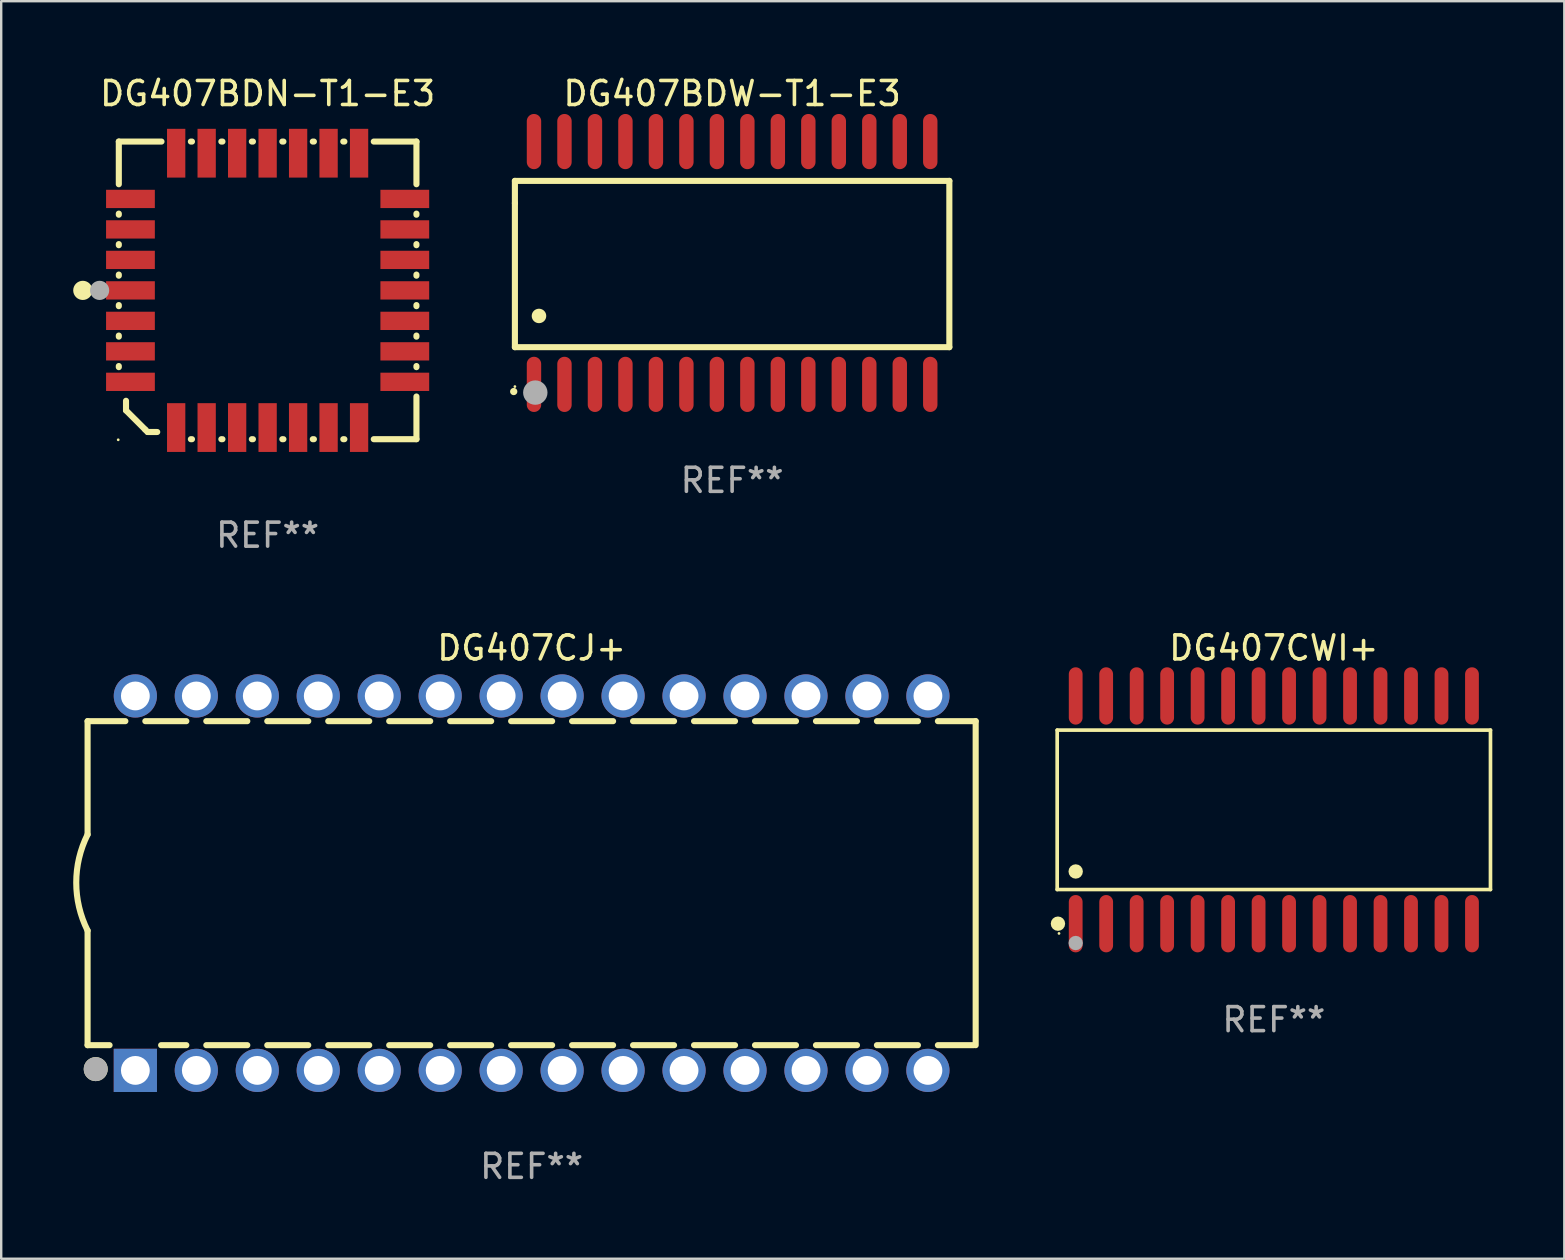
<source format=kicad_pcb>
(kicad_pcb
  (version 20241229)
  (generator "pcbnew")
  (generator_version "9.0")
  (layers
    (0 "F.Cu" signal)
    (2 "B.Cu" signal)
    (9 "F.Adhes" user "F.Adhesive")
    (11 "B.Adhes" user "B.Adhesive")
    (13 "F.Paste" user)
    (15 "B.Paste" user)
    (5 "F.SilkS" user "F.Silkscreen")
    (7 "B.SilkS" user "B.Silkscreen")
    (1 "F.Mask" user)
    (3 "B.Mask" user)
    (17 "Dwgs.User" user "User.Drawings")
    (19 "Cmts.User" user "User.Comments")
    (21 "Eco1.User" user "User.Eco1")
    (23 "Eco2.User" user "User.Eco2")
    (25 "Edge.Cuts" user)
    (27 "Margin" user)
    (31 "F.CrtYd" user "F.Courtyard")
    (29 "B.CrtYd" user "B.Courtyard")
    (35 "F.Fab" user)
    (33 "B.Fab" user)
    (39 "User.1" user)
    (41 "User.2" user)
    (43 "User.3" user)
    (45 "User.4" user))
  (footprint "DG407BDN-T1-E3"
    (layer "F.Cu")
    (at 8.1 9.048)
    (property "Reference" "DG407BDN-T1-E3" (at 0 -8.2 0) (layer "F.SilkS") (effects (font (size 1 1) (thickness 0.15))))
    (attr through_hole)
    (fp_line (start -6.2 -6.2) (end -4.422 -6.2) (stroke (width 0.254) (type solid)) (layer "F.SilkS"))
    (fp_line (start -6.2 -4.422) (end -6.2 -6.2) (stroke (width 0.254) (type solid)) (layer "F.SilkS"))
    (fp_line (start -6.2 -3.152) (end -6.2 -3.198) (stroke (width 0.254) (type solid)) (layer "F.SilkS"))
    (fp_line (start -6.2 -1.882) (end -6.2 -1.928) (stroke (width 0.254) (type solid)) (layer "F.SilkS"))
    (fp_line (start -6.2 -0.612) (end -6.2 -0.658) (stroke (width 0.254) (type solid)) (layer "F.SilkS"))
    (fp_line (start -6.2 0.658) (end -6.2 0.612) (stroke (width 0.254) (type solid)) (layer "F.SilkS"))
    (fp_line (start -6.2 1.928) (end -6.2 1.882) (stroke (width 0.254) (type solid)) (layer "F.SilkS"))
    (fp_line (start -6.2 3.198) (end -6.2 3.152) (stroke (width 0.254) (type solid)) (layer "F.SilkS"))
    (fp_line (start -5.9 4.6) (end -5.9 5) (stroke (width 0.254) (type solid)) (layer "F.SilkS"))
    (fp_line (start -5.9 5) (end -5.1 5.8) (stroke (width 0.254) (type solid)) (layer "F.SilkS"))
    (fp_line (start -5.1 5.8) (end -5 5.9) (stroke (width 0.254) (type solid)) (layer "F.SilkS"))
    (fp_line (start -5 5.9) (end -4.6 5.9) (stroke (width 0.254) (type solid)) (layer "F.SilkS"))
    (fp_line (start -3.198 -6.2) (end -3.152 -6.2) (stroke (width 0.254) (type solid)) (layer "F.SilkS"))
    (fp_line (start -3.152 6.2) (end -3.198 6.2) (stroke (width 0.254) (type solid)) (layer "F.SilkS"))
    (fp_line (start -1.928 -6.2) (end -1.882 -6.2) (stroke (width 0.254) (type solid)) (layer "F.SilkS"))
    (fp_line (start -1.882 6.2) (end -1.928 6.2) (stroke (width 0.254) (type solid)) (layer "F.SilkS"))
    (fp_line (start -0.658 -6.2) (end -0.612 -6.2) (stroke (width 0.254) (type solid)) (layer "F.SilkS"))
    (fp_line (start -0.612 6.2) (end -0.658 6.2) (stroke (width 0.254) (type solid)) (layer "F.SilkS"))
    (fp_line (start 0.612 -6.2) (end 0.658 -6.2) (stroke (width 0.254) (type solid)) (layer "F.SilkS"))
    (fp_line (start 0.658 6.2) (end 0.612 6.2) (stroke (width 0.254) (type solid)) (layer "F.SilkS"))
    (fp_line (start 1.882 -6.2) (end 1.928 -6.2) (stroke (width 0.254) (type solid)) (layer "F.SilkS"))
    (fp_line (start 1.928 6.2) (end 1.882 6.2) (stroke (width 0.254) (type solid)) (layer "F.SilkS"))
    (fp_line (start 3.152 -6.2) (end 3.198 -6.2) (stroke (width 0.254) (type solid)) (layer "F.SilkS"))
    (fp_line (start 3.198 6.2) (end 3.152 6.2) (stroke (width 0.254) (type solid)) (layer "F.SilkS"))
    (fp_line (start 4.422 -6.2) (end 6.2 -6.2) (stroke (width 0.254) (type solid)) (layer "F.SilkS"))
    (fp_line (start 6.2 -6.2) (end 6.2 -4.422) (stroke (width 0.254) (type solid)) (layer "F.SilkS"))
    (fp_line (start 6.2 -3.198) (end 6.2 -3.152) (stroke (width 0.254) (type solid)) (layer "F.SilkS"))
    (fp_line (start 6.2 -1.928) (end 6.2 -1.882) (stroke (width 0.254) (type solid)) (layer "F.SilkS"))
    (fp_line (start 6.2 -0.658) (end 6.2 -0.612) (stroke (width 0.254) (type solid)) (layer "F.SilkS"))
    (fp_line (start 6.2 0.612) (end 6.2 0.658) (stroke (width 0.254) (type solid)) (layer "F.SilkS"))
    (fp_line (start 6.2 1.882) (end 6.2 1.928) (stroke (width 0.254) (type solid)) (layer "F.SilkS"))
    (fp_line (start 6.2 3.152) (end 6.2 3.198) (stroke (width 0.254) (type solid)) (layer "F.SilkS"))
    (fp_line (start 6.2 4.422) (end 6.2 6.2) (stroke (width 0.254) (type solid)) (layer "F.SilkS"))
    (fp_line (start 6.2 6.2) (end 4.422 6.2) (stroke (width 0.254) (type solid)) (layer "F.SilkS"))
    (fp_circle (center -7.7 0) (end -7.5 0) (stroke (width 0.4) (type solid)) (fill no) (layer "F.SilkS"))
    (fp_circle (center -6.225 6.225) (end -6.195 6.225) (stroke (width 0.06) (type solid)) (fill no) (layer "F.SilkS"))
    (fp_circle (center -7 0) (end -6.8 0) (stroke (width 0.4) (type solid)) (fill no) (layer "F.Fab"))
    (fp_text user "REF**" (at 0 10.2 0) (layer "F.Fab") (effects (font (size 1 1) (thickness 0.15))))
    (pad "1" smd rect (at -5.715 0) (size 2.032 0.762) (layers "F.Cu" "F.Mask" "F.Paste"))
    (pad "2" smd rect (at -5.715 1.27) (size 2.032 0.762) (layers "F.Cu" "F.Mask" "F.Paste"))
    (pad "3" smd rect (at -5.715 2.54) (size 2.032 0.762) (layers "F.Cu" "F.Mask" "F.Paste"))
    (pad "4" smd rect (at -5.715 3.81) (size 2.032 0.762) (layers "F.Cu" "F.Mask" "F.Paste"))
    (pad "5" smd rect (at -3.81 5.715) (size 0.762 2.032) (layers "F.Cu" "F.Mask" "F.Paste"))
    (pad "6" smd rect (at -2.54 5.715) (size 0.762 2.032) (layers "F.Cu" "F.Mask" "F.Paste"))
    (pad "7" smd rect (at -1.27 5.715) (size 0.762 2.032) (layers "F.Cu" "F.Mask" "F.Paste"))
    (pad "8" smd rect (at 0 5.715) (size 0.762 2.032) (layers "F.Cu" "F.Mask" "F.Paste"))
    (pad "9" smd rect (at 1.27 5.715) (size 0.762 2.032) (layers "F.Cu" "F.Mask" "F.Paste"))
    (pad "10" smd rect (at 2.54 5.715) (size 0.762 2.032) (layers "F.Cu" "F.Mask" "F.Paste"))
    (pad "11" smd rect (at 3.81 5.715) (size 0.762 2.032) (layers "F.Cu" "F.Mask" "F.Paste"))
    (pad "12" smd rect (at 5.715 3.81) (size 2.032 0.762) (layers "F.Cu" "F.Mask" "F.Paste"))
    (pad "13" smd rect (at 5.715 2.54) (size 2.032 0.762) (layers "F.Cu" "F.Mask" "F.Paste"))
    (pad "14" smd rect (at 5.715 1.27) (size 2.032 0.762) (layers "F.Cu" "F.Mask" "F.Paste"))
    (pad "15" smd rect (at 5.715 0) (size 2.032 0.762) (layers "F.Cu" "F.Mask" "F.Paste"))
    (pad "16" smd rect (at 5.715 -1.27) (size 2.032 0.762) (layers "F.Cu" "F.Mask" "F.Paste"))
    (pad "17" smd rect (at 5.715 -2.54) (size 2.032 0.762) (layers "F.Cu" "F.Mask" "F.Paste"))
    (pad "18" smd rect (at 5.715 -3.81) (size 2.032 0.762) (layers "F.Cu" "F.Mask" "F.Paste"))
    (pad "19" smd rect (at 3.81 -5.715) (size 0.762 2.032) (layers "F.Cu" "F.Mask" "F.Paste"))
    (pad "20" smd rect (at 2.54 -5.715) (size 0.762 2.032) (layers "F.Cu" "F.Mask" "F.Paste"))
    (pad "21" smd rect (at 1.27 -5.715) (size 0.762 2.032) (layers "F.Cu" "F.Mask" "F.Paste"))
    (pad "22" smd rect (at 0 -5.715) (size 0.762 2.032) (layers "F.Cu" "F.Mask" "F.Paste"))
    (pad "23" smd rect (at -1.27 -5.715) (size 0.762 2.032) (layers "F.Cu" "F.Mask" "F.Paste"))
    (pad "24" smd rect (at -2.54 -5.715) (size 0.762 2.032) (layers "F.Cu" "F.Mask" "F.Paste"))
    (pad "25" smd rect (at -3.81 -5.715) (size 0.762 2.032) (layers "F.Cu" "F.Mask" "F.Paste"))
    (pad "26" smd rect (at -5.715 -3.81) (size 2.032 0.762) (layers "F.Cu" "F.Mask" "F.Paste"))
    (pad "27" smd rect (at -5.715 -2.54) (size 2.032 0.762) (layers "F.Cu" "F.Mask" "F.Paste"))
    (pad "28" smd rect (at -5.715 -1.27) (size 2.032 0.762) (layers "F.Cu" "F.Mask" "F.Paste")))
  (footprint "DG407CJ+"
    (layer "F.Cu")
    (at 19.099 33.745)
    (property "Reference" "DG407CJ+" (at 0 -9.8 0) (layer "F.SilkS") (effects (font (size 1 1) (thickness 0.15))))
    (attr through_hole)
    (fp_line (start -18.5 -6.75) (end -18.5 -2.026) (stroke (width 0.254) (type solid)) (layer "F.SilkS"))
    (fp_line (start -18.5 -6.75) (end -16.926 -6.75) (stroke (width 0.254) (type solid)) (layer "F.SilkS"))
    (fp_line (start -18.5 6.75) (end -18.5 1.974) (stroke (width 0.254) (type solid)) (layer "F.SilkS"))
    (fp_line (start -18.5 6.75) (end -17.584 6.75) (stroke (width 0.254) (type solid)) (layer "F.SilkS"))
    (fp_line (start -16.094 -6.75) (end -14.386 -6.75) (stroke (width 0.254) (type solid)) (layer "F.SilkS"))
    (fp_line (start -15.436 6.75) (end -14.386 6.75) (stroke (width 0.254) (type solid)) (layer "F.SilkS"))
    (fp_line (start -13.554 -6.75) (end -11.846 -6.75) (stroke (width 0.254) (type solid)) (layer "F.SilkS"))
    (fp_line (start -13.554 6.75) (end -11.846 6.75) (stroke (width 0.254) (type solid)) (layer "F.SilkS"))
    (fp_line (start -11.014 -6.75) (end -9.306 -6.75) (stroke (width 0.254) (type solid)) (layer "F.SilkS"))
    (fp_line (start -11.014 6.75) (end -9.306 6.75) (stroke (width 0.254) (type solid)) (layer "F.SilkS"))
    (fp_line (start -8.474 -6.75) (end -6.766 -6.75) (stroke (width 0.254) (type solid)) (layer "F.SilkS"))
    (fp_line (start -8.474 6.75) (end -6.766 6.75) (stroke (width 0.254) (type solid)) (layer "F.SilkS"))
    (fp_line (start -5.934 -6.75) (end -4.226 -6.75) (stroke (width 0.254) (type solid)) (layer "F.SilkS"))
    (fp_line (start -5.934 6.75) (end -4.226 6.75) (stroke (width 0.254) (type solid)) (layer "F.SilkS"))
    (fp_line (start -3.394 -6.75) (end -1.686 -6.75) (stroke (width 0.254) (type solid)) (layer "F.SilkS"))
    (fp_line (start -3.394 6.75) (end -1.686 6.75) (stroke (width 0.254) (type solid)) (layer "F.SilkS"))
    (fp_line (start -0.854 -6.75) (end 0.854 -6.75) (stroke (width 0.254) (type solid)) (layer "F.SilkS"))
    (fp_line (start -0.854 6.75) (end 0.854 6.75) (stroke (width 0.254) (type solid)) (layer "F.SilkS"))
    (fp_line (start 1.686 -6.75) (end 3.394 -6.75) (stroke (width 0.254) (type solid)) (layer "F.SilkS"))
    (fp_line (start 1.686 6.75) (end 3.394 6.75) (stroke (width 0.254) (type solid)) (layer "F.SilkS"))
    (fp_line (start 4.226 -6.75) (end 5.934 -6.75) (stroke (width 0.254) (type solid)) (layer "F.SilkS"))
    (fp_line (start 4.226 6.75) (end 5.934 6.75) (stroke (width 0.254) (type solid)) (layer "F.SilkS"))
    (fp_line (start 6.766 -6.75) (end 8.474 -6.75) (stroke (width 0.254) (type solid)) (layer "F.SilkS"))
    (fp_line (start 6.766 6.75) (end 8.474 6.75) (stroke (width 0.254) (type solid)) (layer "F.SilkS"))
    (fp_line (start 9.306 -6.75) (end 11.014 -6.75) (stroke (width 0.254) (type solid)) (layer "F.SilkS"))
    (fp_line (start 9.306 6.75) (end 11.014 6.75) (stroke (width 0.254) (type solid)) (layer "F.SilkS"))
    (fp_line (start 11.846 -6.75) (end 13.554 -6.75) (stroke (width 0.254) (type solid)) (layer "F.SilkS"))
    (fp_line (start 11.846 6.75) (end 13.554 6.75) (stroke (width 0.254) (type solid)) (layer "F.SilkS"))
    (fp_line (start 14.386 -6.75) (end 16.094 -6.75) (stroke (width 0.254) (type solid)) (layer "F.SilkS"))
    (fp_line (start 14.386 6.75) (end 16.094 6.75) (stroke (width 0.254) (type solid)) (layer "F.SilkS"))
    (fp_line (start 16.926 -6.75) (end 18.5 -6.75) (stroke (width 0.254) (type solid)) (layer "F.SilkS"))
    (fp_line (start 16.926 6.75) (end 18.415 6.75) (stroke (width 0.254) (type solid)) (layer "F.SilkS"))
    (fp_line (start 18.5 6.75) (end 18.5 -6.75) (stroke (width 0.254) (type solid)) (layer "F.SilkS"))
    (fp_arc (start -18.500051 1.974384) (mid -18.972187 -0.025616) (end -18.500051 -2.025616) (stroke (width 0.254001) (type solid)) (layer "F.SilkS"))
    (fp_circle (center -18.5 7.8) (end -18.47 7.8) (stroke (width 0.06) (type solid)) (fill no) (layer "F.SilkS"))
    (fp_circle (center -18.161 7.747) (end -17.911 7.747) (stroke (width 0.5) (type solid)) (fill no) (layer "F.SilkS"))
    (fp_circle (center -18.161 7.747) (end -17.911 7.747) (stroke (width 0.5) (type solid)) (fill no) (layer "F.Fab"))
    (fp_text user "REF**" (at 0 11.8 0) (layer "F.Fab") (effects (font (size 1 1) (thickness 0.15))))
    (pad "1" thru_hole rect (at -16.51 7.8) (size 1.8 1.8) (drill 1.2) (layers "*.Cu" "*.Mask"))
    (pad "2" thru_hole circle (at -13.97 7.8) (size 1.8 1.8) (drill 1.2) (layers "*.Cu" "*.Mask"))
    (pad "3" thru_hole circle (at -11.43 7.8) (size 1.8 1.8) (drill 1.2) (layers "*.Cu" "*.Mask"))
    (pad "4" thru_hole circle (at -8.89 7.8) (size 1.8 1.8) (drill 1.2) (layers "*.Cu" "*.Mask"))
    (pad "5" thru_hole circle (at -6.35 7.8) (size 1.8 1.8) (drill 1.2) (layers "*.Cu" "*.Mask"))
    (pad "6" thru_hole circle (at -3.81 7.8) (size 1.8 1.8) (drill 1.2) (layers "*.Cu" "*.Mask"))
    (pad "7" thru_hole circle (at -1.27 7.8) (size 1.8 1.8) (drill 1.2) (layers "*.Cu" "*.Mask"))
    (pad "8" thru_hole circle (at 1.27 7.8) (size 1.8 1.8) (drill 1.2) (layers "*.Cu" "*.Mask"))
    (pad "9" thru_hole circle (at 3.81 7.8) (size 1.8 1.8) (drill 1.2) (layers "*.Cu" "*.Mask"))
    (pad "10" thru_hole circle (at 6.35 7.8) (size 1.8 1.8) (drill 1.2) (layers "*.Cu" "*.Mask"))
    (pad "11" thru_hole circle (at 8.89 7.8) (size 1.8 1.8) (drill 1.2) (layers "*.Cu" "*.Mask"))
    (pad "12" thru_hole circle (at 11.43 7.8) (size 1.8 1.8) (drill 1.2) (layers "*.Cu" "*.Mask"))
    (pad "13" thru_hole circle (at 13.97 7.8) (size 1.8 1.8) (drill 1.2) (layers "*.Cu" "*.Mask"))
    (pad "14" thru_hole circle (at 16.51 7.8) (size 1.8 1.8) (drill 1.2) (layers "*.Cu" "*.Mask"))
    (pad "15" thru_hole circle (at 16.51 -7.8) (size 1.8 1.8) (drill 1.2) (layers "*.Cu" "*.Mask"))
    (pad "16" thru_hole circle (at 13.97 -7.8) (size 1.8 1.8) (drill 1.2) (layers "*.Cu" "*.Mask"))
    (pad "17" thru_hole circle (at 11.43 -7.8) (size 1.8 1.8) (drill 1.2) (layers "*.Cu" "*.Mask"))
    (pad "18" thru_hole circle (at 8.89 -7.8) (size 1.8 1.8) (drill 1.2) (layers "*.Cu" "*.Mask"))
    (pad "19" thru_hole circle (at 6.35 -7.8) (size 1.8 1.8) (drill 1.2) (layers "*.Cu" "*.Mask"))
    (pad "20" thru_hole circle (at 3.81 -7.8) (size 1.8 1.8) (drill 1.2) (layers "*.Cu" "*.Mask"))
    (pad "21" thru_hole circle (at 1.27 -7.8) (size 1.8 1.8) (drill 1.2) (layers "*.Cu" "*.Mask"))
    (pad "22" thru_hole circle (at -1.27 -7.8) (size 1.8 1.8) (drill 1.2) (layers "*.Cu" "*.Mask"))
    (pad "23" thru_hole circle (at -3.81 -7.8) (size 1.8 1.8) (drill 1.2) (layers "*.Cu" "*.Mask"))
    (pad "24" thru_hole circle (at -6.35 -7.8) (size 1.8 1.8) (drill 1.2) (layers "*.Cu" "*.Mask"))
    (pad "25" thru_hole circle (at -8.89 -7.8) (size 1.8 1.8) (drill 1.2) (layers "*.Cu" "*.Mask"))
    (pad "26" thru_hole circle (at -11.43 -7.8) (size 1.8 1.8) (drill 1.2) (layers "*.Cu" "*.Mask"))
    (pad "27" thru_hole circle (at -13.97 -7.8) (size 1.8 1.8) (drill 1.2) (layers "*.Cu" "*.Mask"))
    (pad "28" thru_hole circle (at -16.51 -7.8) (size 1.8 1.8) (drill 1.2) (layers "*.Cu" "*.Mask")))
  (footprint "DG407CWI+"
    (layer "F.Cu")
    (at 50.021 30.689)
    (property "Reference" "DG407CWI+" (at 0 -6.744 0) (layer "F.SilkS") (effects (font (size 1 1) (thickness 0.15))))
    (attr through_hole)
    (fp_line (start -9.026 -3.321) (end 9.026 -3.321) (stroke (width 0.152) (type solid)) (layer "F.SilkS"))
    (fp_line (start -9.026 3.321) (end -9.026 -3.321) (stroke (width 0.152) (type solid)) (layer "F.SilkS"))
    (fp_line (start 9.026 -3.321) (end 9.026 3.321) (stroke (width 0.152) (type solid)) (layer "F.SilkS"))
    (fp_line (start 9.026 3.321) (end -9.026 3.321) (stroke (width 0.152) (type solid)) (layer "F.SilkS"))
    (fp_circle (center -8.994 4.744) (end -8.844 4.744) (stroke (width 0.3) (type solid)) (fill no) (layer "F.SilkS"))
    (fp_circle (center -8.95 5.15) (end -8.92 5.15) (stroke (width 0.06) (type solid)) (fill no) (layer "F.SilkS"))
    (fp_circle (center -8.255 2.569) (end -8.105 2.569) (stroke (width 0.3) (type solid)) (fill no) (layer "F.SilkS"))
    (fp_circle (center -8.255 5.55) (end -8.105 5.55) (stroke (width 0.3) (type solid)) (fill no) (layer "F.Fab"))
    (fp_text user "REF**" (at 0 8.744 0) (layer "F.Fab") (effects (font (size 1 1) (thickness 0.15))))
    (pad "1" smd oval (at -8.255 4.744) (size 0.574 2.388) (layers "F.Cu" "F.Mask" "F.Paste"))
    (pad "2" smd oval (at -6.985 4.744) (size 0.574 2.388) (layers "F.Cu" "F.Mask" "F.Paste"))
    (pad "3" smd oval (at -5.715 4.744) (size 0.574 2.388) (layers "F.Cu" "F.Mask" "F.Paste"))
    (pad "4" smd oval (at -4.445 4.744) (size 0.574 2.388) (layers "F.Cu" "F.Mask" "F.Paste"))
    (pad "5" smd oval (at -3.175 4.744) (size 0.574 2.388) (layers "F.Cu" "F.Mask" "F.Paste"))
    (pad "6" smd oval (at -1.905 4.744) (size 0.574 2.388) (layers "F.Cu" "F.Mask" "F.Paste"))
    (pad "7" smd oval (at -0.635 4.744) (size 0.574 2.388) (layers "F.Cu" "F.Mask" "F.Paste"))
    (pad "8" smd oval (at 0.635 4.744) (size 0.574 2.388) (layers "F.Cu" "F.Mask" "F.Paste"))
    (pad "9" smd oval (at 1.905 4.744) (size 0.574 2.388) (layers "F.Cu" "F.Mask" "F.Paste"))
    (pad "10" smd oval (at 3.175 4.744) (size 0.574 2.388) (layers "F.Cu" "F.Mask" "F.Paste"))
    (pad "11" smd oval (at 4.445 4.744) (size 0.574 2.388) (layers "F.Cu" "F.Mask" "F.Paste"))
    (pad "12" smd oval (at 5.715 4.744) (size 0.574 2.388) (layers "F.Cu" "F.Mask" "F.Paste"))
    (pad "13" smd oval (at 6.985 4.744) (size 0.574 2.388) (layers "F.Cu" "F.Mask" "F.Paste"))
    (pad "14" smd oval (at 8.255 4.744) (size 0.574 2.388) (layers "F.Cu" "F.Mask" "F.Paste"))
    (pad "15" smd oval (at 8.255 -4.744) (size 0.574 2.388) (layers "F.Cu" "F.Mask" "F.Paste"))
    (pad "16" smd oval (at 6.985 -4.744) (size 0.574 2.388) (layers "F.Cu" "F.Mask" "F.Paste"))
    (pad "17" smd oval (at 5.715 -4.744) (size 0.574 2.388) (layers "F.Cu" "F.Mask" "F.Paste"))
    (pad "18" smd oval (at 4.445 -4.744) (size 0.574 2.388) (layers "F.Cu" "F.Mask" "F.Paste"))
    (pad "19" smd oval (at 3.175 -4.744) (size 0.574 2.388) (layers "F.Cu" "F.Mask" "F.Paste"))
    (pad "20" smd oval (at 1.905 -4.744) (size 0.574 2.388) (layers "F.Cu" "F.Mask" "F.Paste"))
    (pad "21" smd oval (at 0.635 -4.744) (size 0.574 2.388) (layers "F.Cu" "F.Mask" "F.Paste"))
    (pad "22" smd oval (at -0.635 -4.744) (size 0.574 2.388) (layers "F.Cu" "F.Mask" "F.Paste"))
    (pad "23" smd oval (at -1.905 -4.744) (size 0.574 2.388) (layers "F.Cu" "F.Mask" "F.Paste"))
    (pad "24" smd oval (at -3.175 -4.744) (size 0.574 2.388) (layers "F.Cu" "F.Mask" "F.Paste"))
    (pad "25" smd oval (at -4.445 -4.744) (size 0.574 2.388) (layers "F.Cu" "F.Mask" "F.Paste"))
    (pad "26" smd oval (at -5.715 -4.744) (size 0.574 2.388) (layers "F.Cu" "F.Mask" "F.Paste"))
    (pad "27" smd oval (at -6.985 -4.744) (size 0.574 2.388) (layers "F.Cu" "F.Mask" "F.Paste"))
    (pad "28" smd oval (at -8.255 -4.744) (size 0.574 2.388) (layers "F.Cu" "F.Mask" "F.Paste")))
  (footprint "DG407BDW-T1-E3"
    (layer "F.Cu")
    (at 27.452 7.906)
    (property "Reference" "DG407BDW-T1-E3" (at 0 -7.058 0) (layer "F.SilkS") (effects (font (size 1 1) (thickness 0.15))))
    (attr through_hole)
    (fp_line (start -9.05 -3.42) (end 9.05 -3.42) (stroke (width 0.254) (type solid)) (layer "F.SilkS"))
    (fp_line (start -9.05 -2.492) (end -9.05 -3.42) (stroke (width 0.254) (type solid)) (layer "F.SilkS"))
    (fp_line (start -9.05 3.508) (end -9.05 -2.492) (stroke (width 0.254) (type solid)) (layer "F.SilkS"))
    (fp_line (start 9.05 -3.42) (end 9.05 3.508) (stroke (width 0.254) (type solid)) (layer "F.SilkS"))
    (fp_line (start 9.05 3.508) (end -9.05 3.508) (stroke (width 0.254) (type solid)) (layer "F.SilkS"))
    (fp_arc (start -9.100838 5.35649) (mid -9.099568 5.356485) (end -9.098298 5.35649) (stroke (width 0.3) (type solid)) (layer "F.SilkS"))
    (fp_arc (start -8.049276 2.206883) (mid -8.046736 2.206872) (end -8.044196 2.206883) (stroke (width 0.6) (type solid)) (layer "F.SilkS"))
    (fp_circle (center -9.05 5.15) (end -9.02 5.15) (stroke (width 0.06) (type solid)) (fill no) (layer "F.SilkS"))
    (fp_circle (center -8.2 5.4) (end -7.946 5.4) (stroke (width 0.508) (type solid)) (fill no) (layer "F.Fab"))
    (fp_text user "REF**" (at 0 9.058 0) (layer "F.Fab") (effects (font (size 1 1) (thickness 0.15))))
    (pad "1" smd oval (at -8.255 5.058 180) (size 0.6 2.3) (layers "F.Cu" "F.Mask" "F.Paste"))
    (pad "2" smd oval (at -6.985 5.058 180) (size 0.6 2.3) (layers "F.Cu" "F.Mask" "F.Paste"))
    (pad "3" smd oval (at -5.715 5.058 180) (size 0.6 2.3) (layers "F.Cu" "F.Mask" "F.Paste"))
    (pad "4" smd oval (at -4.445 5.058 180) (size 0.6 2.3) (layers "F.Cu" "F.Mask" "F.Paste"))
    (pad "5" smd oval (at -3.175 5.058 180) (size 0.6 2.3) (layers "F.Cu" "F.Mask" "F.Paste"))
    (pad "6" smd oval (at -1.905 5.058 180) (size 0.6 2.3) (layers "F.Cu" "F.Mask" "F.Paste"))
    (pad "7" smd oval (at -0.635 5.058 180) (size 0.6 2.3) (layers "F.Cu" "F.Mask" "F.Paste"))
    (pad "8" smd oval (at 0.635 5.058 180) (size 0.6 2.3) (layers "F.Cu" "F.Mask" "F.Paste"))
    (pad "9" smd oval (at 1.905 5.058 180) (size 0.6 2.3) (layers "F.Cu" "F.Mask" "F.Paste"))
    (pad "10" smd oval (at 3.175 5.058 180) (size 0.6 2.3) (layers "F.Cu" "F.Mask" "F.Paste"))
    (pad "11" smd oval (at 4.445 5.058 180) (size 0.6 2.3) (layers "F.Cu" "F.Mask" "F.Paste"))
    (pad "12" smd oval (at 5.715 5.058 180) (size 0.6 2.3) (layers "F.Cu" "F.Mask" "F.Paste"))
    (pad "13" smd oval (at 6.985 5.058 180) (size 0.6 2.3) (layers "F.Cu" "F.Mask" "F.Paste"))
    (pad "14" smd oval (at 8.255 5.058 180) (size 0.6 2.3) (layers "F.Cu" "F.Mask" "F.Paste"))
    (pad "15" smd oval (at 8.255 -5.058 180) (size 0.6 2.3) (layers "F.Cu" "F.Mask" "F.Paste"))
    (pad "16" smd oval (at 6.985 -5.058 180) (size 0.6 2.3) (layers "F.Cu" "F.Mask" "F.Paste"))
    (pad "17" smd oval (at 5.715 -5.058 180) (size 0.6 2.3) (layers "F.Cu" "F.Mask" "F.Paste"))
    (pad "18" smd oval (at 4.445 -5.058 180) (size 0.6 2.3) (layers "F.Cu" "F.Mask" "F.Paste"))
    (pad "19" smd oval (at 3.175 -5.058 180) (size 0.6 2.3) (layers "F.Cu" "F.Mask" "F.Paste"))
    (pad "20" smd oval (at 1.905 -5.058 180) (size 0.6 2.3) (layers "F.Cu" "F.Mask" "F.Paste"))
    (pad "21" smd oval (at 0.635 -5.058 180) (size 0.6 2.3) (layers "F.Cu" "F.Mask" "F.Paste"))
    (pad "22" smd oval (at -0.635 -5.058 180) (size 0.6 2.3) (layers "F.Cu" "F.Mask" "F.Paste"))
    (pad "23" smd oval (at -1.905 -5.058 180) (size 0.6 2.3) (layers "F.Cu" "F.Mask" "F.Paste"))
    (pad "24" smd oval (at -3.175 -5.058 180) (size 0.6 2.3) (layers "F.Cu" "F.Mask" "F.Paste"))
    (pad "25" smd oval (at -4.445 -5.058 180) (size 0.6 2.3) (layers "F.Cu" "F.Mask" "F.Paste"))
    (pad "26" smd oval (at -5.715 -5.058 180) (size 0.6 2.3) (layers "F.Cu" "F.Mask" "F.Paste"))
    (pad "27" smd oval (at -6.985 -5.058 180) (size 0.6 2.3) (layers "F.Cu" "F.Mask" "F.Paste"))
    (pad "28" smd oval (at -8.255 -5.058 180) (size 0.6 2.3) (layers "F.Cu" "F.Mask" "F.Paste")))
  (gr_rect
    (start -3 -3)
    (end 62.123 49.393)
    (stroke (width 0.1) (type default))
    (fill no)
    (layer "Edge.Cuts")))
</source>
